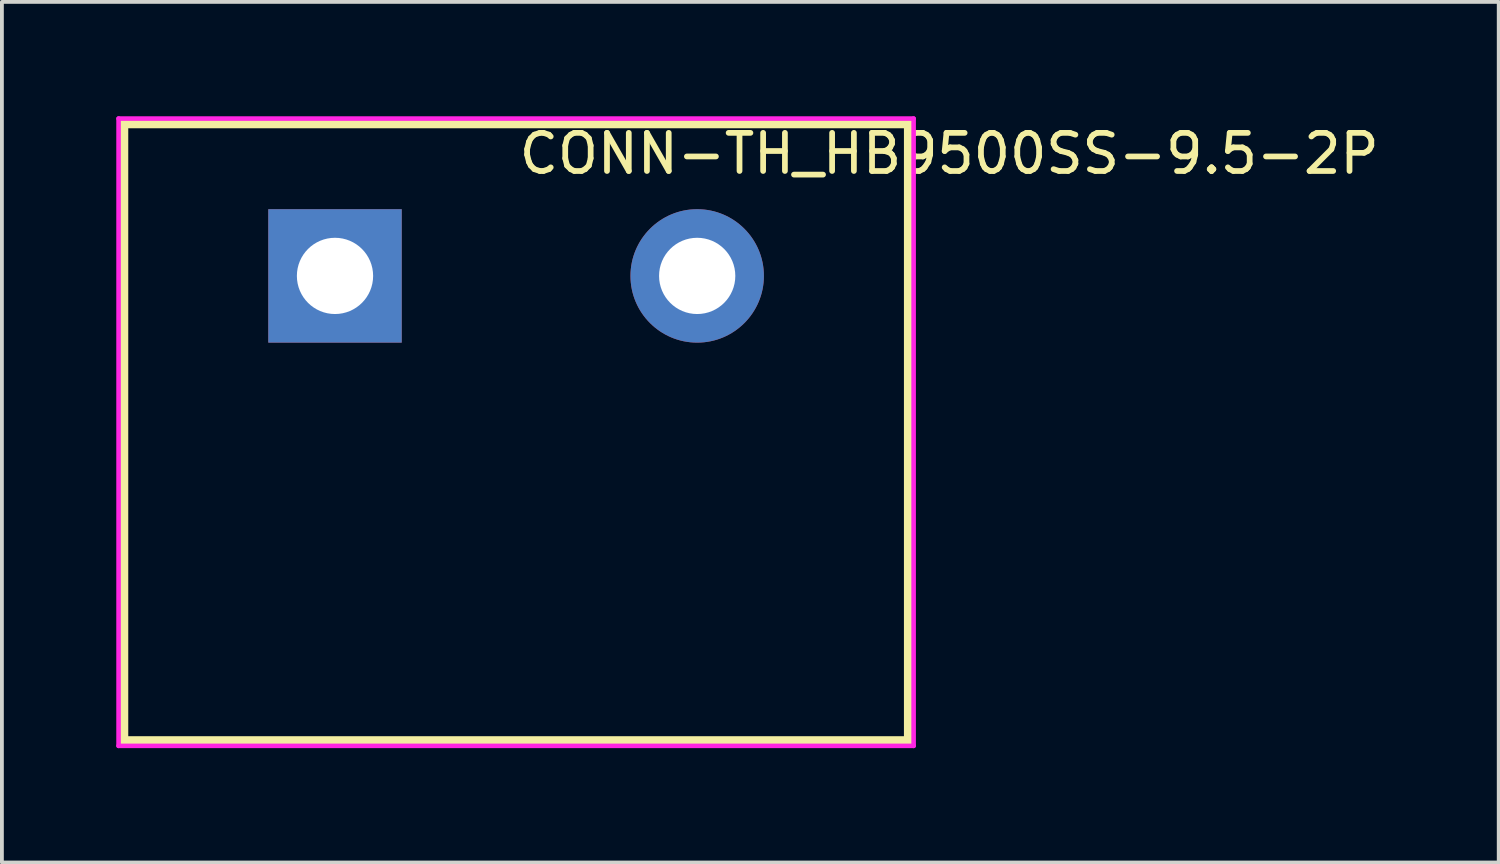
<source format=kicad_pcb>
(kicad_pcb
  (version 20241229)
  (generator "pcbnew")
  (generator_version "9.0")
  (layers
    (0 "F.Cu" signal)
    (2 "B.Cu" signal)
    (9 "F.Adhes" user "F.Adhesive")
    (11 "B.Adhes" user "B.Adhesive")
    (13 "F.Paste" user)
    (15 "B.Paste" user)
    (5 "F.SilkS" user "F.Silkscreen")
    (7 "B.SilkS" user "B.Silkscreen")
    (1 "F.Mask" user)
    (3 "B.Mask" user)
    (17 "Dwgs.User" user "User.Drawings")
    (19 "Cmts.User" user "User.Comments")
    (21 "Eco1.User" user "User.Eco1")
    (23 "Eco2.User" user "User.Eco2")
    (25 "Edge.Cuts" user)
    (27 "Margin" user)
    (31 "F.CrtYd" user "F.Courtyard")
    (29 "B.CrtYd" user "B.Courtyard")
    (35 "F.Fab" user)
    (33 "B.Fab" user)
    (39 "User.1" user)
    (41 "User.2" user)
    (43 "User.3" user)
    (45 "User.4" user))
  (footprint "CONN-TH_HB9500SS-9.5-2P"
    (layer "F.Cu")
    (at 10.487 4.187)
    (property "Reference" "CONN-TH_HB9500SS-9.5-2P" (at 0 -3.207 0) (layer "F.SilkS") (effects (font (size 1 1) (thickness 0.15)) (justify left)))
    (attr through_hole)
    (fp_line (start -10.3 -4) (end -10.3 12.2) (stroke (width 0.254) (type solid)) (layer "F.SilkS"))
    (fp_line (start 10.3 -4) (end -10.3 -4) (stroke (width 0.254) (type solid)) (layer "F.SilkS"))
    (fp_line (start 10.3 -4) (end 10.3 12.2) (stroke (width 0.254) (type solid)) (layer "F.SilkS"))
    (fp_line (start 10.3 12.2) (end -10.3 12.2) (stroke (width 0.254) (type solid)) (layer "F.SilkS"))
    (fp_circle (center -10.427 12.327) (end -10.397 12.327) (stroke (width 0.06) (type solid)) (fill no) (layer "Eco2.User"))
    (fp_circle (center -4.75 0) (end -4.3 0) (stroke (width 0.9) (type solid)) (fill no) (layer "Eco2.User"))
    (fp_circle (center 4.75 0) (end 5.2 0) (stroke (width 0.9) (type solid)) (fill no) (layer "Eco2.User"))
    (fp_line (start -10.427 -4.127) (end 10.427 -4.127) (stroke (width 0.12) (type solid)) (layer "F.CrtYd"))
    (fp_line (start -10.427 12.327) (end -10.427 -4.127) (stroke (width 0.12) (type solid)) (layer "F.CrtYd"))
    (fp_line (start 10.427 -4.127) (end 10.427 12.327) (stroke (width 0.12) (type solid)) (layer "F.CrtYd"))
    (fp_line (start 10.427 12.327) (end -10.427 12.327) (stroke (width 0.12) (type solid)) (layer "F.CrtYd"))
    (pad "1" thru_hole rect (at -4.75 0) (size 3.5 3.5) (drill 2) (layers "*.Cu" "*.Mask"))
    (pad "2" thru_hole circle (at 4.75 0) (size 3.5 3.5) (drill 2) (layers "*.Cu" "*.Mask")))
  (gr_rect
    (start -3 -3)
    (end 36.261 19.574)
    (stroke (width 0.1) (type default))
    (fill no)
    (layer "Edge.Cuts")))
</source>
